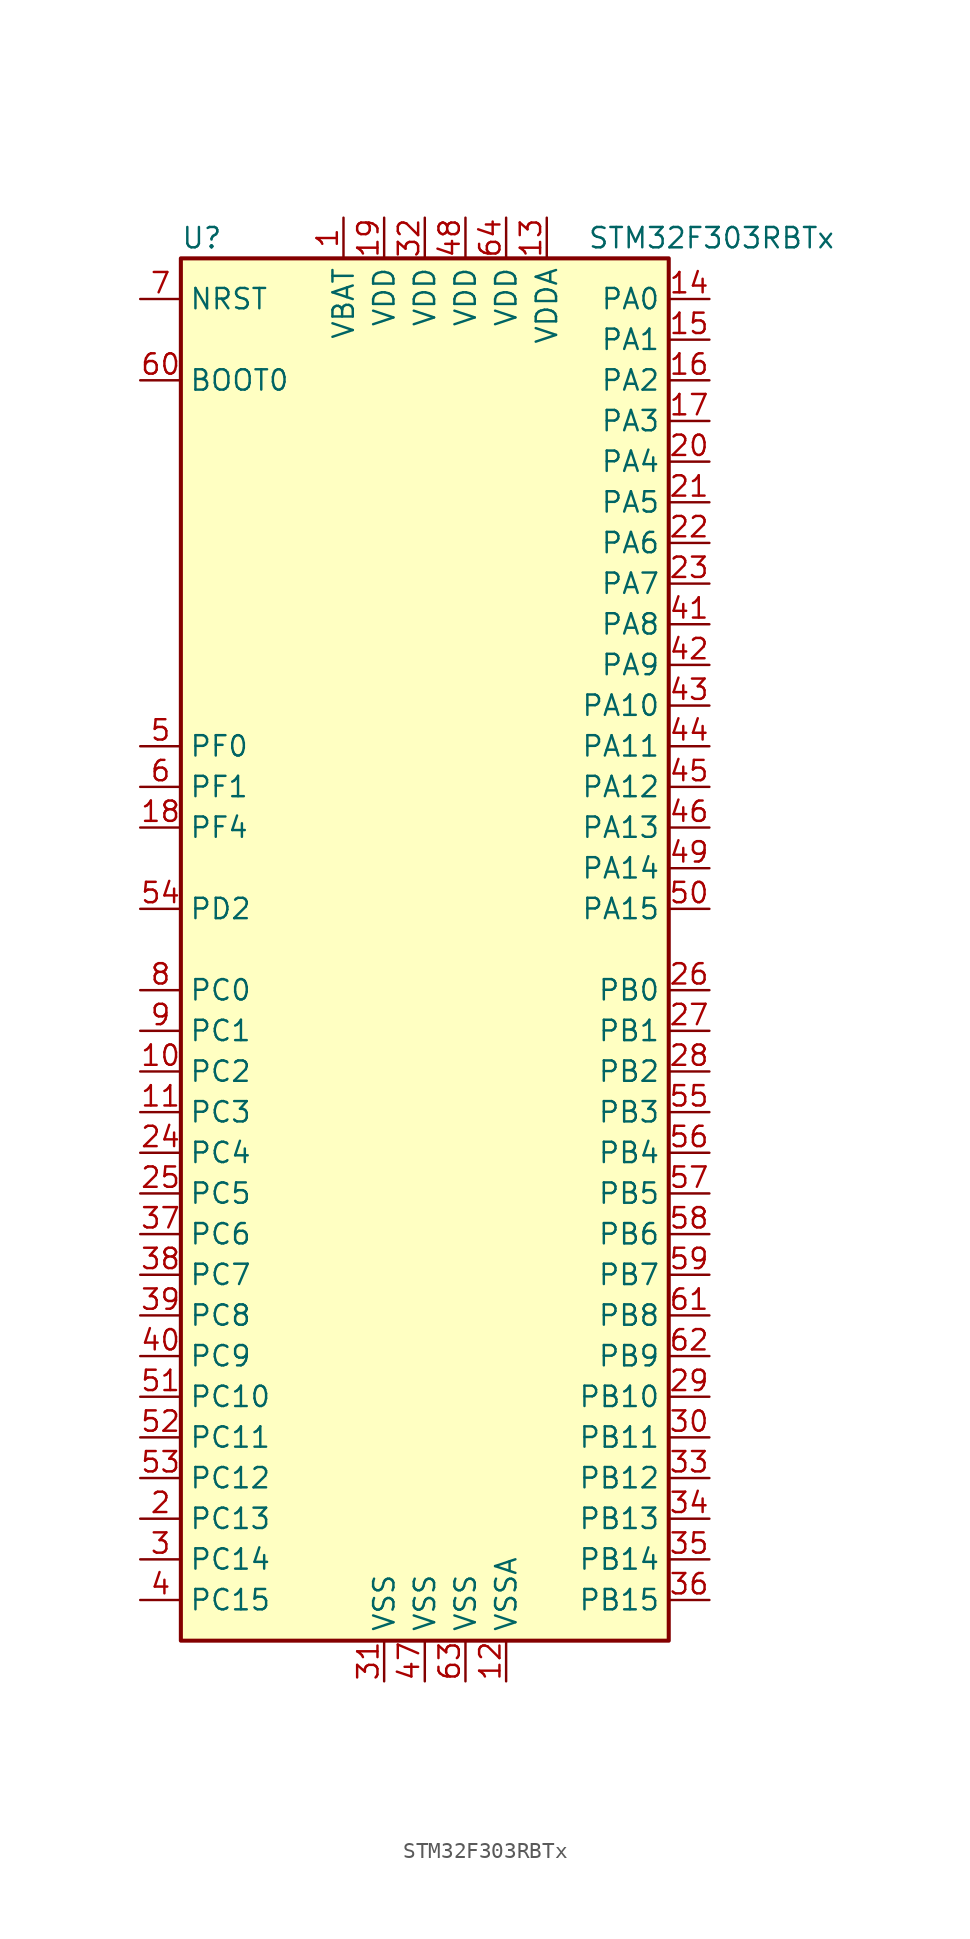
<source format=kicad_sym>
(kicad_symbol_lib
  (version 20201005)
  (generator kicad_symbol_editor)
  (symbol "STM32F303RBTx"
    (property "Reference" "U"
      (at -15.24 44.45 0)
      (effects (font (size 1.27 1.27)) (justify left)))
    (property "Value" "STM32F303RBTx"
      (at 10.16 44.45 0)
      (effects (font (size 1.27 1.27)) (justify left)))
    (symbol "STM32F303RBTx_0_1"
      (rectangle (start -15.24 -43.18) (end 15.24 43.18) (stroke (width 0.254)) (fill (type background))))
    (symbol "STM32F303RBTx_1_1"
      (pin input line (at -17.78 35.56 0) (length 2.54) (name "BOOT0" (effects (font (size 1.27 1.27)))) (number "60" (effects (font (size 1.27 1.27)))))
      (pin input line (at -17.78 40.64 0) (length 2.54) (name "NRST" (effects (font (size 1.27 1.27)))) (number "7" (effects (font (size 1.27 1.27)))))
      (pin bidirectional line (at 17.78 40.64 180) (length 2.54) (name "PA0" (effects (font (size 1.27 1.27)))) (number "14" (effects (font (size 1.27 1.27)))))
      (pin bidirectional line (at 17.78 38.1 180) (length 2.54) (name "PA1" (effects (font (size 1.27 1.27)))) (number "15" (effects (font (size 1.27 1.27)))))
      (pin bidirectional line (at 17.78 15.24 180) (length 2.54) (name "PA10" (effects (font (size 1.27 1.27)))) (number "43" (effects (font (size 1.27 1.27)))))
      (pin bidirectional line (at 17.78 12.7 180) (length 2.54) (name "PA11" (effects (font (size 1.27 1.27)))) (number "44" (effects (font (size 1.27 1.27)))))
      (pin bidirectional line (at 17.78 10.16 180) (length 2.54) (name "PA12" (effects (font (size 1.27 1.27)))) (number "45" (effects (font (size 1.27 1.27)))))
      (pin bidirectional line (at 17.78 7.62 180) (length 2.54) (name "PA13" (effects (font (size 1.27 1.27)))) (number "46" (effects (font (size 1.27 1.27)))))
      (pin bidirectional line (at 17.78 5.08 180) (length 2.54) (name "PA14" (effects (font (size 1.27 1.27)))) (number "49" (effects (font (size 1.27 1.27)))))
      (pin bidirectional line (at 17.78 2.54 180) (length 2.54) (name "PA15" (effects (font (size 1.27 1.27)))) (number "50" (effects (font (size 1.27 1.27)))))
      (pin bidirectional line (at 17.78 35.56 180) (length 2.54) (name "PA2" (effects (font (size 1.27 1.27)))) (number "16" (effects (font (size 1.27 1.27)))))
      (pin bidirectional line (at 17.78 33.02 180) (length 2.54) (name "PA3" (effects (font (size 1.27 1.27)))) (number "17" (effects (font (size 1.27 1.27)))))
      (pin bidirectional line (at 17.78 30.48 180) (length 2.54) (name "PA4" (effects (font (size 1.27 1.27)))) (number "20" (effects (font (size 1.27 1.27)))))
      (pin bidirectional line (at 17.78 27.94 180) (length 2.54) (name "PA5" (effects (font (size 1.27 1.27)))) (number "21" (effects (font (size 1.27 1.27)))))
      (pin bidirectional line (at 17.78 25.4 180) (length 2.54) (name "PA6" (effects (font (size 1.27 1.27)))) (number "22" (effects (font (size 1.27 1.27)))))
      (pin bidirectional line (at 17.78 22.86 180) (length 2.54) (name "PA7" (effects (font (size 1.27 1.27)))) (number "23" (effects (font (size 1.27 1.27)))))
      (pin bidirectional line (at 17.78 20.32 180) (length 2.54) (name "PA8" (effects (font (size 1.27 1.27)))) (number "41" (effects (font (size 1.27 1.27)))))
      (pin bidirectional line (at 17.78 17.78 180) (length 2.54) (name "PA9" (effects (font (size 1.27 1.27)))) (number "42" (effects (font (size 1.27 1.27)))))
      (pin bidirectional line (at 17.78 -2.54 180) (length 2.54) (name "PB0" (effects (font (size 1.27 1.27)))) (number "26" (effects (font (size 1.27 1.27)))))
      (pin bidirectional line (at 17.78 -5.08 180) (length 2.54) (name "PB1" (effects (font (size 1.27 1.27)))) (number "27" (effects (font (size 1.27 1.27)))))
      (pin bidirectional line (at 17.78 -27.94 180) (length 2.54) (name "PB10" (effects (font (size 1.27 1.27)))) (number "29" (effects (font (size 1.27 1.27)))))
      (pin bidirectional line (at 17.78 -30.48 180) (length 2.54) (name "PB11" (effects (font (size 1.27 1.27)))) (number "30" (effects (font (size 1.27 1.27)))))
      (pin bidirectional line (at 17.78 -33.02 180) (length 2.54) (name "PB12" (effects (font (size 1.27 1.27)))) (number "33" (effects (font (size 1.27 1.27)))))
      (pin bidirectional line (at 17.78 -35.56 180) (length 2.54) (name "PB13" (effects (font (size 1.27 1.27)))) (number "34" (effects (font (size 1.27 1.27)))))
      (pin bidirectional line (at 17.78 -38.1 180) (length 2.54) (name "PB14" (effects (font (size 1.27 1.27)))) (number "35" (effects (font (size 1.27 1.27)))))
      (pin bidirectional line (at 17.78 -40.64 180) (length 2.54) (name "PB15" (effects (font (size 1.27 1.27)))) (number "36" (effects (font (size 1.27 1.27)))))
      (pin bidirectional line (at 17.78 -7.62 180) (length 2.54) (name "PB2" (effects (font (size 1.27 1.27)))) (number "28" (effects (font (size 1.27 1.27)))))
      (pin bidirectional line (at 17.78 -10.16 180) (length 2.54) (name "PB3" (effects (font (size 1.27 1.27)))) (number "55" (effects (font (size 1.27 1.27)))))
      (pin bidirectional line (at 17.78 -12.7 180) (length 2.54) (name "PB4" (effects (font (size 1.27 1.27)))) (number "56" (effects (font (size 1.27 1.27)))))
      (pin bidirectional line (at 17.78 -15.24 180) (length 2.54) (name "PB5" (effects (font (size 1.27 1.27)))) (number "57" (effects (font (size 1.27 1.27)))))
      (pin bidirectional line (at 17.78 -17.78 180) (length 2.54) (name "PB6" (effects (font (size 1.27 1.27)))) (number "58" (effects (font (size 1.27 1.27)))))
      (pin bidirectional line (at 17.78 -20.32 180) (length 2.54) (name "PB7" (effects (font (size 1.27 1.27)))) (number "59" (effects (font (size 1.27 1.27)))))
      (pin bidirectional line (at 17.78 -22.86 180) (length 2.54) (name "PB8" (effects (font (size 1.27 1.27)))) (number "61" (effects (font (size 1.27 1.27)))))
      (pin bidirectional line (at 17.78 -25.4 180) (length 2.54) (name "PB9" (effects (font (size 1.27 1.27)))) (number "62" (effects (font (size 1.27 1.27)))))
      (pin bidirectional line (at -17.78 -2.54 0) (length 2.54) (name "PC0" (effects (font (size 1.27 1.27)))) (number "8" (effects (font (size 1.27 1.27)))))
      (pin bidirectional line (at -17.78 -5.08 0) (length 2.54) (name "PC1" (effects (font (size 1.27 1.27)))) (number "9" (effects (font (size 1.27 1.27)))))
      (pin bidirectional line (at -17.78 -27.94 0) (length 2.54) (name "PC10" (effects (font (size 1.27 1.27)))) (number "51" (effects (font (size 1.27 1.27)))))
      (pin bidirectional line (at -17.78 -30.48 0) (length 2.54) (name "PC11" (effects (font (size 1.27 1.27)))) (number "52" (effects (font (size 1.27 1.27)))))
      (pin bidirectional line (at -17.78 -33.02 0) (length 2.54) (name "PC12" (effects (font (size 1.27 1.27)))) (number "53" (effects (font (size 1.27 1.27)))))
      (pin bidirectional line (at -17.78 -35.56 0) (length 2.54) (name "PC13" (effects (font (size 1.27 1.27)))) (number "2" (effects (font (size 1.27 1.27)))))
      (pin bidirectional line (at -17.78 -38.1 0) (length 2.54) (name "PC14" (effects (font (size 1.27 1.27)))) (number "3" (effects (font (size 1.27 1.27)))))
      (pin bidirectional line (at -17.78 -40.64 0) (length 2.54) (name "PC15" (effects (font (size 1.27 1.27)))) (number "4" (effects (font (size 1.27 1.27)))))
      (pin bidirectional line (at -17.78 -7.62 0) (length 2.54) (name "PC2" (effects (font (size 1.27 1.27)))) (number "10" (effects (font (size 1.27 1.27)))))
      (pin bidirectional line (at -17.78 -10.16 0) (length 2.54) (name "PC3" (effects (font (size 1.27 1.27)))) (number "11" (effects (font (size 1.27 1.27)))))
      (pin bidirectional line (at -17.78 -12.7 0) (length 2.54) (name "PC4" (effects (font (size 1.27 1.27)))) (number "24" (effects (font (size 1.27 1.27)))))
      (pin bidirectional line (at -17.78 -15.24 0) (length 2.54) (name "PC5" (effects (font (size 1.27 1.27)))) (number "25" (effects (font (size 1.27 1.27)))))
      (pin bidirectional line (at -17.78 -17.78 0) (length 2.54) (name "PC6" (effects (font (size 1.27 1.27)))) (number "37" (effects (font (size 1.27 1.27)))))
      (pin bidirectional line (at -17.78 -20.32 0) (length 2.54) (name "PC7" (effects (font (size 1.27 1.27)))) (number "38" (effects (font (size 1.27 1.27)))))
      (pin bidirectional line (at -17.78 -22.86 0) (length 2.54) (name "PC8" (effects (font (size 1.27 1.27)))) (number "39" (effects (font (size 1.27 1.27)))))
      (pin bidirectional line (at -17.78 -25.4 0) (length 2.54) (name "PC9" (effects (font (size 1.27 1.27)))) (number "40" (effects (font (size 1.27 1.27)))))
      (pin bidirectional line (at -17.78 2.54 0) (length 2.54) (name "PD2" (effects (font (size 1.27 1.27)))) (number "54" (effects (font (size 1.27 1.27)))))
      (pin input line (at -17.78 12.7 0) (length 2.54) (name "PF0" (effects (font (size 1.27 1.27)))) (number "5" (effects (font (size 1.27 1.27)))))
      (pin input line (at -17.78 10.16 0) (length 2.54) (name "PF1" (effects (font (size 1.27 1.27)))) (number "6" (effects (font (size 1.27 1.27)))))
      (pin bidirectional line (at -17.78 7.62 0) (length 2.54) (name "PF4" (effects (font (size 1.27 1.27)))) (number "18" (effects (font (size 1.27 1.27)))))
      (pin power_in line (at -5.08 45.72 270) (length 2.54) (name "VBAT" (effects (font (size 1.27 1.27)))) (number "1" (effects (font (size 1.27 1.27)))))
      (pin power_in line (at -2.54 45.72 270) (length 2.54) (name "VDD" (effects (font (size 1.27 1.27)))) (number "19" (effects (font (size 1.27 1.27)))))
      (pin power_in line (at 0 45.72 270) (length 2.54) (name "VDD" (effects (font (size 1.27 1.27)))) (number "32" (effects (font (size 1.27 1.27)))))
      (pin power_in line (at 2.54 45.72 270) (length 2.54) (name "VDD" (effects (font (size 1.27 1.27)))) (number "48" (effects (font (size 1.27 1.27)))))
      (pin power_in line (at 5.08 45.72 270) (length 2.54) (name "VDD" (effects (font (size 1.27 1.27)))) (number "64" (effects (font (size 1.27 1.27)))))
      (pin power_in line (at 7.62 45.72 270) (length 2.54) (name "VDDA" (effects (font (size 1.27 1.27)))) (number "13" (effects (font (size 1.27 1.27)))))
      (pin power_in line (at -2.54 -45.72 90) (length 2.54) (name "VSS" (effects (font (size 1.27 1.27)))) (number "31" (effects (font (size 1.27 1.27)))))
      (pin power_in line (at 0 -45.72 90) (length 2.54) (name "VSS" (effects (font (size 1.27 1.27)))) (number "47" (effects (font (size 1.27 1.27)))))
      (pin power_in line (at 2.54 -45.72 90) (length 2.54) (name "VSS" (effects (font (size 1.27 1.27)))) (number "63" (effects (font (size 1.27 1.27)))))
      (pin power_in line (at 5.08 -45.72 90) (length 2.54) (name "VSSA" (effects (font (size 1.27 1.27)))) (number "12" (effects (font (size 1.27 1.27))))))))
</source>
